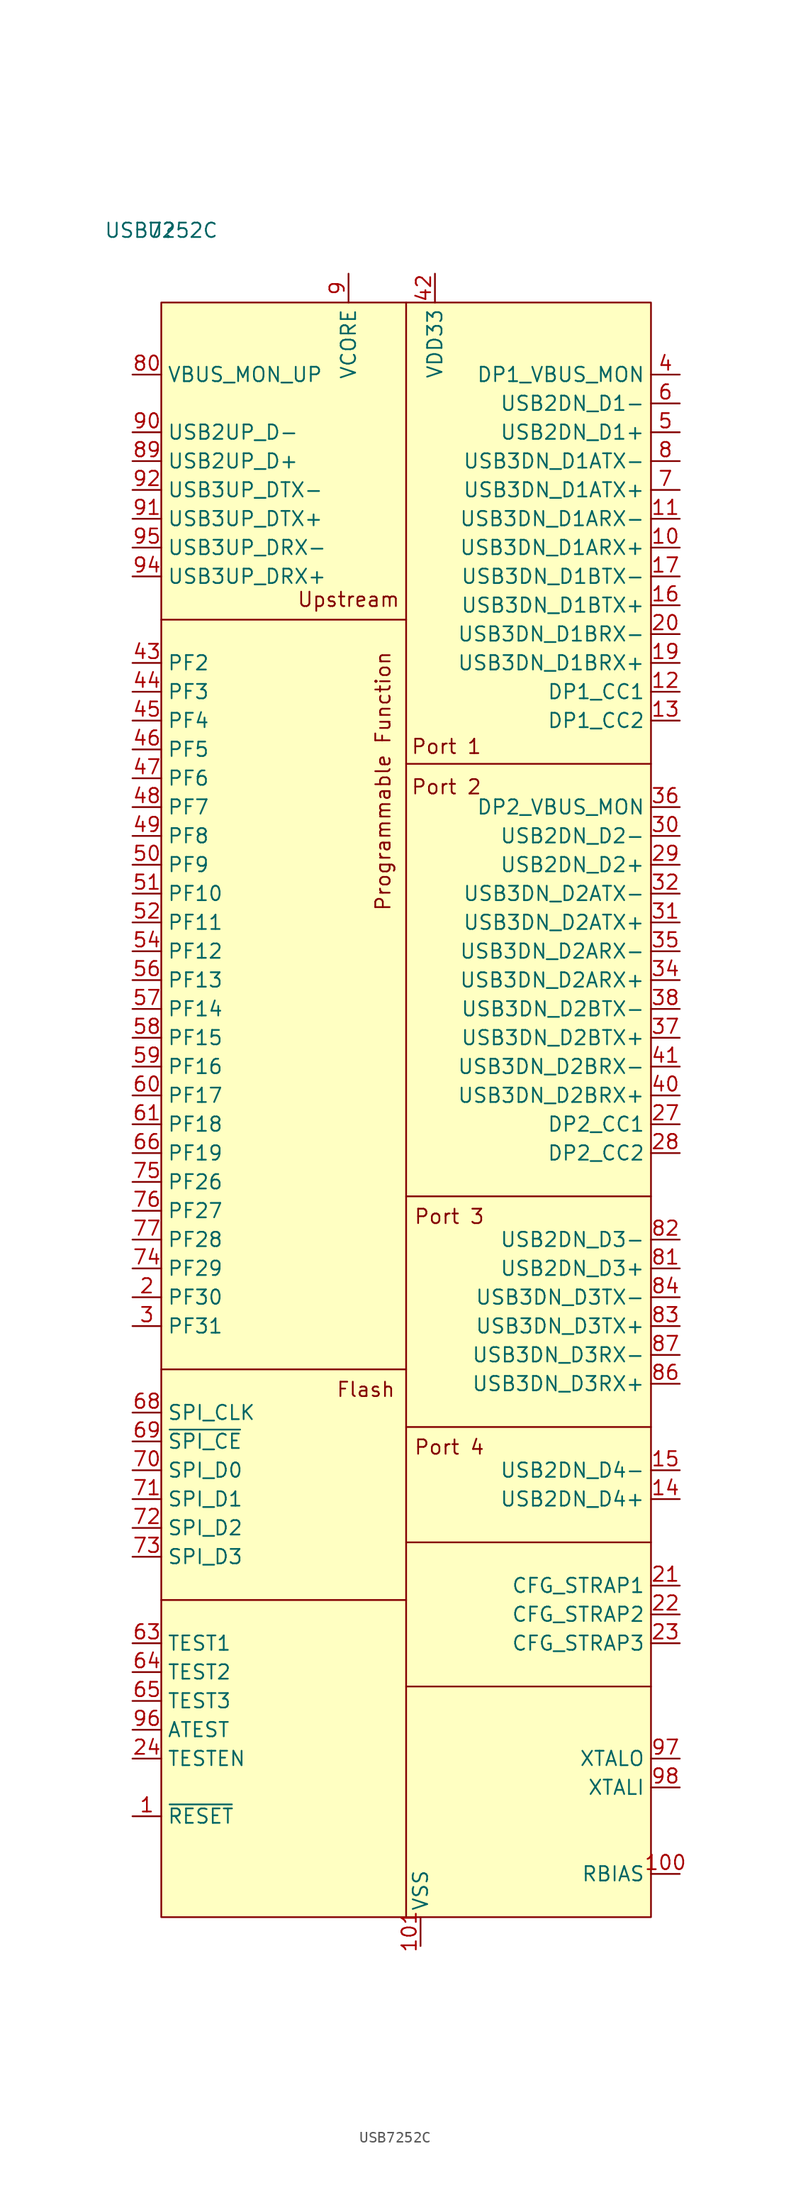
<source format=kicad_sym>
(kicad_symbol_lib
  (version 20241209)
  (generator "kicad_symbol_editor")
  (generator_version "9.0")
  (symbol "USB7252C"
    (property "Reference" "U"
      (at 0 0 0)
      (effects (font (size 1.27 1.27))))
    (property "Value" "USB7252C"
      (at 0 0 0)
      (effects (font (size 1.27 1.27))))
    (symbol "USB7252C_0_0"
      (pin input line (at -2.54 -12.7 0) (length 2.54) (name "VBUS_MON_UP" (effects (font (size 1.27 1.27)))) (number "80" (effects (font (size 1.27 1.27)))))
      (pin bidirectional line (at -2.54 -17.78 0) (length 2.54) (name "USB2UP_D-" (effects (font (size 1.27 1.27)))) (number "90" (effects (font (size 1.27 1.27)))))
      (pin bidirectional line (at -2.54 -20.32 0) (length 2.54) (name "USB2UP_D+" (effects (font (size 1.27 1.27)))) (number "89" (effects (font (size 1.27 1.27)))))
      (pin bidirectional line (at -2.54 -22.86 0) (length 2.54) (name "USB3UP_DTX-" (effects (font (size 1.27 1.27)))) (number "92" (effects (font (size 1.27 1.27)))))
      (pin bidirectional line (at -2.54 -25.4 0) (length 2.54) (name "USB3UP_DTX+" (effects (font (size 1.27 1.27)))) (number "91" (effects (font (size 1.27 1.27)))))
      (pin bidirectional line (at -2.54 -27.94 0) (length 2.54) (name "USB3UP_DRX-" (effects (font (size 1.27 1.27)))) (number "95" (effects (font (size 1.27 1.27)))))
      (pin bidirectional line (at -2.54 -30.48 0) (length 2.54) (name "USB3UP_DRX+" (effects (font (size 1.27 1.27)))) (number "94" (effects (font (size 1.27 1.27)))))
      (pin bidirectional line (at -2.54 -38.1 0) (length 2.54) (name "PF2" (effects (font (size 1.27 1.27)))) (number "43" (effects (font (size 1.27 1.27)))))
      (pin bidirectional line (at -2.54 -40.64 0) (length 2.54) (name "PF3" (effects (font (size 1.27 1.27)))) (number "44" (effects (font (size 1.27 1.27)))))
      (pin bidirectional line (at -2.54 -43.18 0) (length 2.54) (name "PF4" (effects (font (size 1.27 1.27)))) (number "45" (effects (font (size 1.27 1.27)))))
      (pin bidirectional line (at -2.54 -45.72 0) (length 2.54) (name "PF5" (effects (font (size 1.27 1.27)))) (number "46" (effects (font (size 1.27 1.27)))))
      (pin bidirectional line (at -2.54 -48.26 0) (length 2.54) (name "PF6" (effects (font (size 1.27 1.27)))) (number "47" (effects (font (size 1.27 1.27)))))
      (pin bidirectional line (at -2.54 -50.8 0) (length 2.54) (name "PF7" (effects (font (size 1.27 1.27)))) (number "48" (effects (font (size 1.27 1.27)))))
      (pin bidirectional line (at -2.54 -53.34 0) (length 2.54) (name "PF8" (effects (font (size 1.27 1.27)))) (number "49" (effects (font (size 1.27 1.27)))))
      (pin bidirectional line (at -2.54 -55.88 0) (length 2.54) (name "PF9" (effects (font (size 1.27 1.27)))) (number "50" (effects (font (size 1.27 1.27)))))
      (pin bidirectional line (at -2.54 -58.42 0) (length 2.54) (name "PF10" (effects (font (size 1.27 1.27)))) (number "51" (effects (font (size 1.27 1.27)))))
      (pin bidirectional line (at -2.54 -60.96 0) (length 2.54) (name "PF11" (effects (font (size 1.27 1.27)))) (number "52" (effects (font (size 1.27 1.27)))))
      (pin bidirectional line (at -2.54 -63.5 0) (length 2.54) (name "PF12" (effects (font (size 1.27 1.27)))) (number "54" (effects (font (size 1.27 1.27)))))
      (pin bidirectional line (at -2.54 -66.04 0) (length 2.54) (name "PF13" (effects (font (size 1.27 1.27)))) (number "56" (effects (font (size 1.27 1.27)))))
      (pin bidirectional line (at -2.54 -68.58 0) (length 2.54) (name "PF14" (effects (font (size 1.27 1.27)))) (number "57" (effects (font (size 1.27 1.27)))))
      (pin bidirectional line (at -2.54 -71.12 0) (length 2.54) (name "PF15" (effects (font (size 1.27 1.27)))) (number "58" (effects (font (size 1.27 1.27)))))
      (pin bidirectional line (at -2.54 -73.66 0) (length 2.54) (name "PF16" (effects (font (size 1.27 1.27)))) (number "59" (effects (font (size 1.27 1.27)))))
      (pin bidirectional line (at -2.54 -76.2 0) (length 2.54) (name "PF17" (effects (font (size 1.27 1.27)))) (number "60" (effects (font (size 1.27 1.27)))))
      (pin bidirectional line (at -2.54 -78.74 0) (length 2.54) (name "PF18" (effects (font (size 1.27 1.27)))) (number "61" (effects (font (size 1.27 1.27)))))
      (pin bidirectional line (at -2.54 -81.28 0) (length 2.54) (name "PF19" (effects (font (size 1.27 1.27)))) (number "66" (effects (font (size 1.27 1.27)))))
      (pin bidirectional line (at -2.54 -83.82 0) (length 2.54) (name "PF26" (effects (font (size 1.27 1.27)))) (number "75" (effects (font (size 1.27 1.27)))))
      (pin bidirectional line (at -2.54 -86.36 0) (length 2.54) (name "PF27" (effects (font (size 1.27 1.27)))) (number "76" (effects (font (size 1.27 1.27)))))
      (pin bidirectional line (at -2.54 -88.9 0) (length 2.54) (name "PF28" (effects (font (size 1.27 1.27)))) (number "77" (effects (font (size 1.27 1.27)))))
      (pin bidirectional line (at -2.54 -91.44 0) (length 2.54) (name "PF29" (effects (font (size 1.27 1.27)))) (number "74" (effects (font (size 1.27 1.27)))))
      (pin input line (at -2.54 -93.98 0) (length 2.54) (name "PF30" (effects (font (size 1.27 1.27)))) (number "2" (effects (font (size 1.27 1.27)))))
      (pin input line (at -2.54 -96.52 0) (length 2.54) (name "PF31" (effects (font (size 1.27 1.27)))) (number "3" (effects (font (size 1.27 1.27)))))
      (pin bidirectional line (at -2.54 -104.14 0) (length 2.54) (name "SPI_CLK" (effects (font (size 1.27 1.27)))) (number "68" (effects (font (size 1.27 1.27)))))
      (pin bidirectional line (at -2.54 -106.68 0) (length 2.54) (name "~{SPI_CE}" (effects (font (size 1.27 1.27)))) (number "69" (effects (font (size 1.27 1.27)))))
      (pin bidirectional line (at -2.54 -109.22 0) (length 2.54) (name "SPI_D0" (effects (font (size 1.27 1.27)))) (number "70" (effects (font (size 1.27 1.27)))))
      (pin bidirectional line (at -2.54 -111.76 0) (length 2.54) (name "SPI_D1" (effects (font (size 1.27 1.27)))) (number "71" (effects (font (size 1.27 1.27)))))
      (pin bidirectional line (at -2.54 -114.3 0) (length 2.54) (name "SPI_D2" (effects (font (size 1.27 1.27)))) (number "72" (effects (font (size 1.27 1.27)))))
      (pin bidirectional line (at -2.54 -116.84 0) (length 2.54) (name "SPI_D3" (effects (font (size 1.27 1.27)))) (number "73" (effects (font (size 1.27 1.27)))))
      (pin bidirectional line (at -2.54 -124.46 0) (length 2.54) (name "TEST1" (effects (font (size 1.27 1.27)))) (number "63" (effects (font (size 1.27 1.27)))))
      (pin bidirectional line (at -2.54 -127 0) (length 2.54) (name "TEST2" (effects (font (size 1.27 1.27)))) (number "64" (effects (font (size 1.27 1.27)))))
      (pin bidirectional line (at -2.54 -129.54 0) (length 2.54) (name "TEST3" (effects (font (size 1.27 1.27)))) (number "65" (effects (font (size 1.27 1.27)))))
      (pin bidirectional line (at -2.54 -132.08 0) (length 2.54) (name "ATEST" (effects (font (size 1.27 1.27)))) (number "96" (effects (font (size 1.27 1.27)))))
      (pin power_in line (at 16.51 -3.81 270) (length 2.54) (hide yes) (name "VCORE" (effects (font (size 1.27 1.27)))) (number "18" (effects (font (size 1.27 1.27)))))
      (pin power_in line (at 16.51 -3.81 270) (length 2.54) (hide yes) (name "VCORE" (effects (font (size 1.27 1.27)))) (number "25" (effects (font (size 1.27 1.27)))))
      (pin power_in line (at 16.51 -3.81 270) (length 2.54) (hide yes) (name "VCORE" (effects (font (size 1.27 1.27)))) (number "33" (effects (font (size 1.27 1.27)))))
      (pin power_in line (at 16.51 -3.81 270) (length 2.54) (hide yes) (name "VCORE" (effects (font (size 1.27 1.27)))) (number "39" (effects (font (size 1.27 1.27)))))
      (pin power_in line (at 16.51 -3.81 270) (length 2.54) (hide yes) (name "VCORE" (effects (font (size 1.27 1.27)))) (number "55" (effects (font (size 1.27 1.27)))))
      (pin power_in line (at 16.51 -3.81 270) (length 2.54) (hide yes) (name "VCORE" (effects (font (size 1.27 1.27)))) (number "78" (effects (font (size 1.27 1.27)))))
      (pin power_in line (at 16.51 -3.81 270) (length 2.54) (hide yes) (name "VCORE" (effects (font (size 1.27 1.27)))) (number "85" (effects (font (size 1.27 1.27)))))
      (pin power_in line (at 16.51 -3.81 270) (length 2.54) (name "VCORE" (effects (font (size 1.27 1.27)))) (number "9" (effects (font (size 1.27 1.27)))))
      (pin power_in line (at 16.51 -3.81 270) (length 2.54) (hide yes) (name "VCORE" (effects (font (size 1.27 1.27)))) (number "93" (effects (font (size 1.27 1.27)))))
      (pin power_in line (at 22.86 -151.13 90) (length 2.54) (name "VSS" (effects (font (size 1.27 1.27)))) (number "101" (effects (font (size 1.27 1.27)))))
      (pin power_in line (at 24.13 -3.81 270) (length 2.54) (hide yes) (name "VDD33" (effects (font (size 1.27 1.27)))) (number "26" (effects (font (size 1.27 1.27)))))
      (pin power_in line (at 24.13 -3.81 270) (length 2.54) (name "VDD33" (effects (font (size 1.27 1.27)))) (number "42" (effects (font (size 1.27 1.27)))))
      (pin power_in line (at 24.13 -3.81 270) (length 2.54) (hide yes) (name "VDD33" (effects (font (size 1.27 1.27)))) (number "53" (effects (font (size 1.27 1.27)))))
      (pin power_in line (at 24.13 -3.81 270) (length 2.54) (hide yes) (name "VDD33" (effects (font (size 1.27 1.27)))) (number "62" (effects (font (size 1.27 1.27)))))
      (pin power_in line (at 24.13 -3.81 270) (length 2.54) (hide yes) (name "VDD33" (effects (font (size 1.27 1.27)))) (number "67" (effects (font (size 1.27 1.27)))))
      (pin power_in line (at 24.13 -3.81 270) (length 2.54) (hide yes) (name "VDD33" (effects (font (size 1.27 1.27)))) (number "79" (effects (font (size 1.27 1.27)))))
      (pin power_in line (at 24.13 -3.81 270) (length 2.54) (hide yes) (name "VDD33" (effects (font (size 1.27 1.27)))) (number "88" (effects (font (size 1.27 1.27)))))
      (pin power_in line (at 24.13 -3.81 270) (length 2.54) (hide yes) (name "VDD33" (effects (font (size 1.27 1.27)))) (number "99" (effects (font (size 1.27 1.27)))))
      (pin bidirectional line (at 45.72 -12.7 180) (length 2.54) (name "DP1_VBUS_MON" (effects (font (size 1.27 1.27)))) (number "4" (effects (font (size 1.27 1.27)))))
      (pin bidirectional line (at 45.72 -15.24 180) (length 2.54) (name "USB2DN_D1-" (effects (font (size 1.27 1.27)))) (number "6" (effects (font (size 1.27 1.27)))))
      (pin bidirectional line (at 45.72 -17.78 180) (length 2.54) (name "USB2DN_D1+" (effects (font (size 1.27 1.27)))) (number "5" (effects (font (size 1.27 1.27)))))
      (pin bidirectional line (at 45.72 -20.32 180) (length 2.54) (name "USB3DN_D1ATX-" (effects (font (size 1.27 1.27)))) (number "8" (effects (font (size 1.27 1.27)))))
      (pin bidirectional line (at 45.72 -22.86 180) (length 2.54) (name "USB3DN_D1ATX+" (effects (font (size 1.27 1.27)))) (number "7" (effects (font (size 1.27 1.27)))))
      (pin bidirectional line (at 45.72 -25.4 180) (length 2.54) (name "USB3DN_D1ARX-" (effects (font (size 1.27 1.27)))) (number "11" (effects (font (size 1.27 1.27)))))
      (pin bidirectional line (at 45.72 -27.94 180) (length 2.54) (name "USB3DN_D1ARX+" (effects (font (size 1.27 1.27)))) (number "10" (effects (font (size 1.27 1.27)))))
      (pin bidirectional line (at 45.72 -30.48 180) (length 2.54) (name "USB3DN_D1BTX-" (effects (font (size 1.27 1.27)))) (number "17" (effects (font (size 1.27 1.27)))))
      (pin bidirectional line (at 45.72 -33.02 180) (length 2.54) (name "USB3DN_D1BTX+" (effects (font (size 1.27 1.27)))) (number "16" (effects (font (size 1.27 1.27)))))
      (pin bidirectional line (at 45.72 -35.56 180) (length 2.54) (name "USB3DN_D1BRX-" (effects (font (size 1.27 1.27)))) (number "20" (effects (font (size 1.27 1.27)))))
      (pin bidirectional line (at 45.72 -38.1 180) (length 2.54) (name "USB3DN_D1BRX+" (effects (font (size 1.27 1.27)))) (number "19" (effects (font (size 1.27 1.27)))))
      (pin bidirectional line (at 45.72 -40.64 180) (length 2.54) (name "DP1_CC1" (effects (font (size 1.27 1.27)))) (number "12" (effects (font (size 1.27 1.27)))))
      (pin bidirectional line (at 45.72 -43.18 180) (length 2.54) (name "DP1_CC2" (effects (font (size 1.27 1.27)))) (number "13" (effects (font (size 1.27 1.27)))))
      (pin bidirectional line (at 45.72 -50.8 180) (length 2.54) (name "DP2_VBUS_MON" (effects (font (size 1.27 1.27)))) (number "36" (effects (font (size 1.27 1.27)))))
      (pin bidirectional line (at 45.72 -53.34 180) (length 2.54) (name "USB2DN_D2-" (effects (font (size 1.27 1.27)))) (number "30" (effects (font (size 1.27 1.27)))))
      (pin bidirectional line (at 45.72 -55.88 180) (length 2.54) (name "USB2DN_D2+" (effects (font (size 1.27 1.27)))) (number "29" (effects (font (size 1.27 1.27)))))
      (pin bidirectional line (at 45.72 -58.42 180) (length 2.54) (name "USB3DN_D2ATX-" (effects (font (size 1.27 1.27)))) (number "32" (effects (font (size 1.27 1.27)))))
      (pin bidirectional line (at 45.72 -60.96 180) (length 2.54) (name "USB3DN_D2ATX+" (effects (font (size 1.27 1.27)))) (number "31" (effects (font (size 1.27 1.27)))))
      (pin bidirectional line (at 45.72 -63.5 180) (length 2.54) (name "USB3DN_D2ARX-" (effects (font (size 1.27 1.27)))) (number "35" (effects (font (size 1.27 1.27)))))
      (pin bidirectional line (at 45.72 -66.04 180) (length 2.54) (name "USB3DN_D2ARX+" (effects (font (size 1.27 1.27)))) (number "34" (effects (font (size 1.27 1.27)))))
      (pin bidirectional line (at 45.72 -68.58 180) (length 2.54) (name "USB3DN_D2BTX-" (effects (font (size 1.27 1.27)))) (number "38" (effects (font (size 1.27 1.27)))))
      (pin bidirectional line (at 45.72 -71.12 180) (length 2.54) (name "USB3DN_D2BTX+" (effects (font (size 1.27 1.27)))) (number "37" (effects (font (size 1.27 1.27)))))
      (pin bidirectional line (at 45.72 -73.66 180) (length 2.54) (name "USB3DN_D2BRX-" (effects (font (size 1.27 1.27)))) (number "41" (effects (font (size 1.27 1.27)))))
      (pin bidirectional line (at 45.72 -76.2 180) (length 2.54) (name "USB3DN_D2BRX+" (effects (font (size 1.27 1.27)))) (number "40" (effects (font (size 1.27 1.27)))))
      (pin bidirectional line (at 45.72 -78.74 180) (length 2.54) (name "DP2_CC1" (effects (font (size 1.27 1.27)))) (number "27" (effects (font (size 1.27 1.27)))))
      (pin bidirectional line (at 45.72 -81.28 180) (length 2.54) (name "DP2_CC2" (effects (font (size 1.27 1.27)))) (number "28" (effects (font (size 1.27 1.27)))))
      (pin bidirectional line (at 45.72 -88.9 180) (length 2.54) (name "USB2DN_D3-" (effects (font (size 1.27 1.27)))) (number "82" (effects (font (size 1.27 1.27)))))
      (pin bidirectional line (at 45.72 -91.44 180) (length 2.54) (name "USB2DN_D3+" (effects (font (size 1.27 1.27)))) (number "81" (effects (font (size 1.27 1.27)))))
      (pin bidirectional line (at 45.72 -93.98 180) (length 2.54) (name "USB3DN_D3TX-" (effects (font (size 1.27 1.27)))) (number "84" (effects (font (size 1.27 1.27)))))
      (pin bidirectional line (at 45.72 -96.52 180) (length 2.54) (name "USB3DN_D3TX+" (effects (font (size 1.27 1.27)))) (number "83" (effects (font (size 1.27 1.27)))))
      (pin bidirectional line (at 45.72 -99.06 180) (length 2.54) (name "USB3DN_D3RX-" (effects (font (size 1.27 1.27)))) (number "87" (effects (font (size 1.27 1.27)))))
      (pin bidirectional line (at 45.72 -101.6 180) (length 2.54) (name "USB3DN_D3RX+" (effects (font (size 1.27 1.27)))) (number "86" (effects (font (size 1.27 1.27)))))
      (pin bidirectional line (at 45.72 -109.22 180) (length 2.54) (name "USB2DN_D4-" (effects (font (size 1.27 1.27)))) (number "15" (effects (font (size 1.27 1.27)))))
      (pin bidirectional line (at 45.72 -111.76 180) (length 2.54) (name "USB2DN_D4+" (effects (font (size 1.27 1.27)))) (number "14" (effects (font (size 1.27 1.27)))))
      (pin input line (at 45.72 -119.38 180) (length 2.54) (name "CFG_STRAP1" (effects (font (size 1.27 1.27)))) (number "21" (effects (font (size 1.27 1.27)))))
      (pin input line (at 45.72 -121.92 180) (length 2.54) (name "CFG_STRAP2" (effects (font (size 1.27 1.27)))) (number "22" (effects (font (size 1.27 1.27)))))
      (pin input line (at 45.72 -124.46 180) (length 2.54) (name "CFG_STRAP3" (effects (font (size 1.27 1.27)))) (number "23" (effects (font (size 1.27 1.27)))))
      (pin output line (at 45.72 -134.62 180) (length 2.54) (name "XTALO" (effects (font (size 1.27 1.27)))) (number "97" (effects (font (size 1.27 1.27)))))
      (pin input line (at 45.72 -137.16 180) (length 2.54) (name "XTALI" (effects (font (size 1.27 1.27)))) (number "98" (effects (font (size 1.27 1.27)))))
      (pin input line (at 45.72 -144.78 180) (length 2.54) (name "RBIAS" (effects (font (size 1.27 1.27)))) (number "100" (effects (font (size 1.27 1.27))))))
    (symbol "USB7252C_1_0"
      (pin input line (at -2.54 -134.62 0) (length 2.54) (name "TESTEN" (effects (font (size 1.27 1.27)))) (number "24" (effects (font (size 1.27 1.27)))))
      (pin input line (at -2.54 -139.7 0) (length 2.54) (name "~{RESET}" (effects (font (size 1.27 1.27)))) (number "1" (effects (font (size 1.27 1.27))))))
    (symbol "USB7252C_1_1"
      (rectangle (start 0 -6.35) (end 43.18 -148.59) (stroke (width 0) (type solid)) (fill (type background)))
      (polyline (pts (xy 0 -34.29) (xy 21.59 -34.29)) (stroke (width 0) (type default)) (fill (type none)))
      (polyline (pts (xy 0 -100.33) (xy 21.59 -100.33)) (stroke (width 0) (type default)) (fill (type none)))
      (polyline (pts (xy 0 -120.65) (xy 21.59 -120.65)) (stroke (width 0) (type default)) (fill (type none)))
      (polyline (pts (xy 21.59 -46.99) (xy 43.18 -46.99)) (stroke (width 0) (type default)) (fill (type none)))
      (polyline (pts (xy 21.59 -85.09) (xy 43.18 -85.09)) (stroke (width 0) (type default)) (fill (type none)))
      (polyline (pts (xy 21.59 -148.59) (xy 21.59 -6.35)) (stroke (width 0) (type default)) (fill (type none)))
      (polyline (pts (xy 43.18 -105.41) (xy 21.59 -105.41)) (stroke (width 0) (type default)) (fill (type none)))
      (polyline (pts (xy 43.18 -115.57) (xy 21.59 -115.57)) (stroke (width 0) (type default)) (fill (type none)))
      (polyline (pts (xy 43.18 -128.27) (xy 21.59 -128.27)) (stroke (width 0) (type default)) (fill (type none)))
      (text "Upstream" (at 16.51 -32.512 0) (effects (font (size 1.27 1.27))))
      (text "Flash" (at 18.034 -102.108 0) (effects (font (size 1.27 1.27))))
      (text "Programmable Function" (at 19.558 -48.514 900) (effects (font (size 1.27 1.27))))
      (text "Port 1" (at 25.146 -45.466 0) (effects (font (size 1.27 1.27))))
      (text "Port 2" (at 25.146 -49.022 0) (effects (font (size 1.27 1.27))))
      (text "Port 3" (at 25.4 -86.868 0) (effects (font (size 1.27 1.27))))
      (text "Port 4" (at 25.4 -107.188 0) (effects (font (size 1.27 1.27)))))))
</source>
